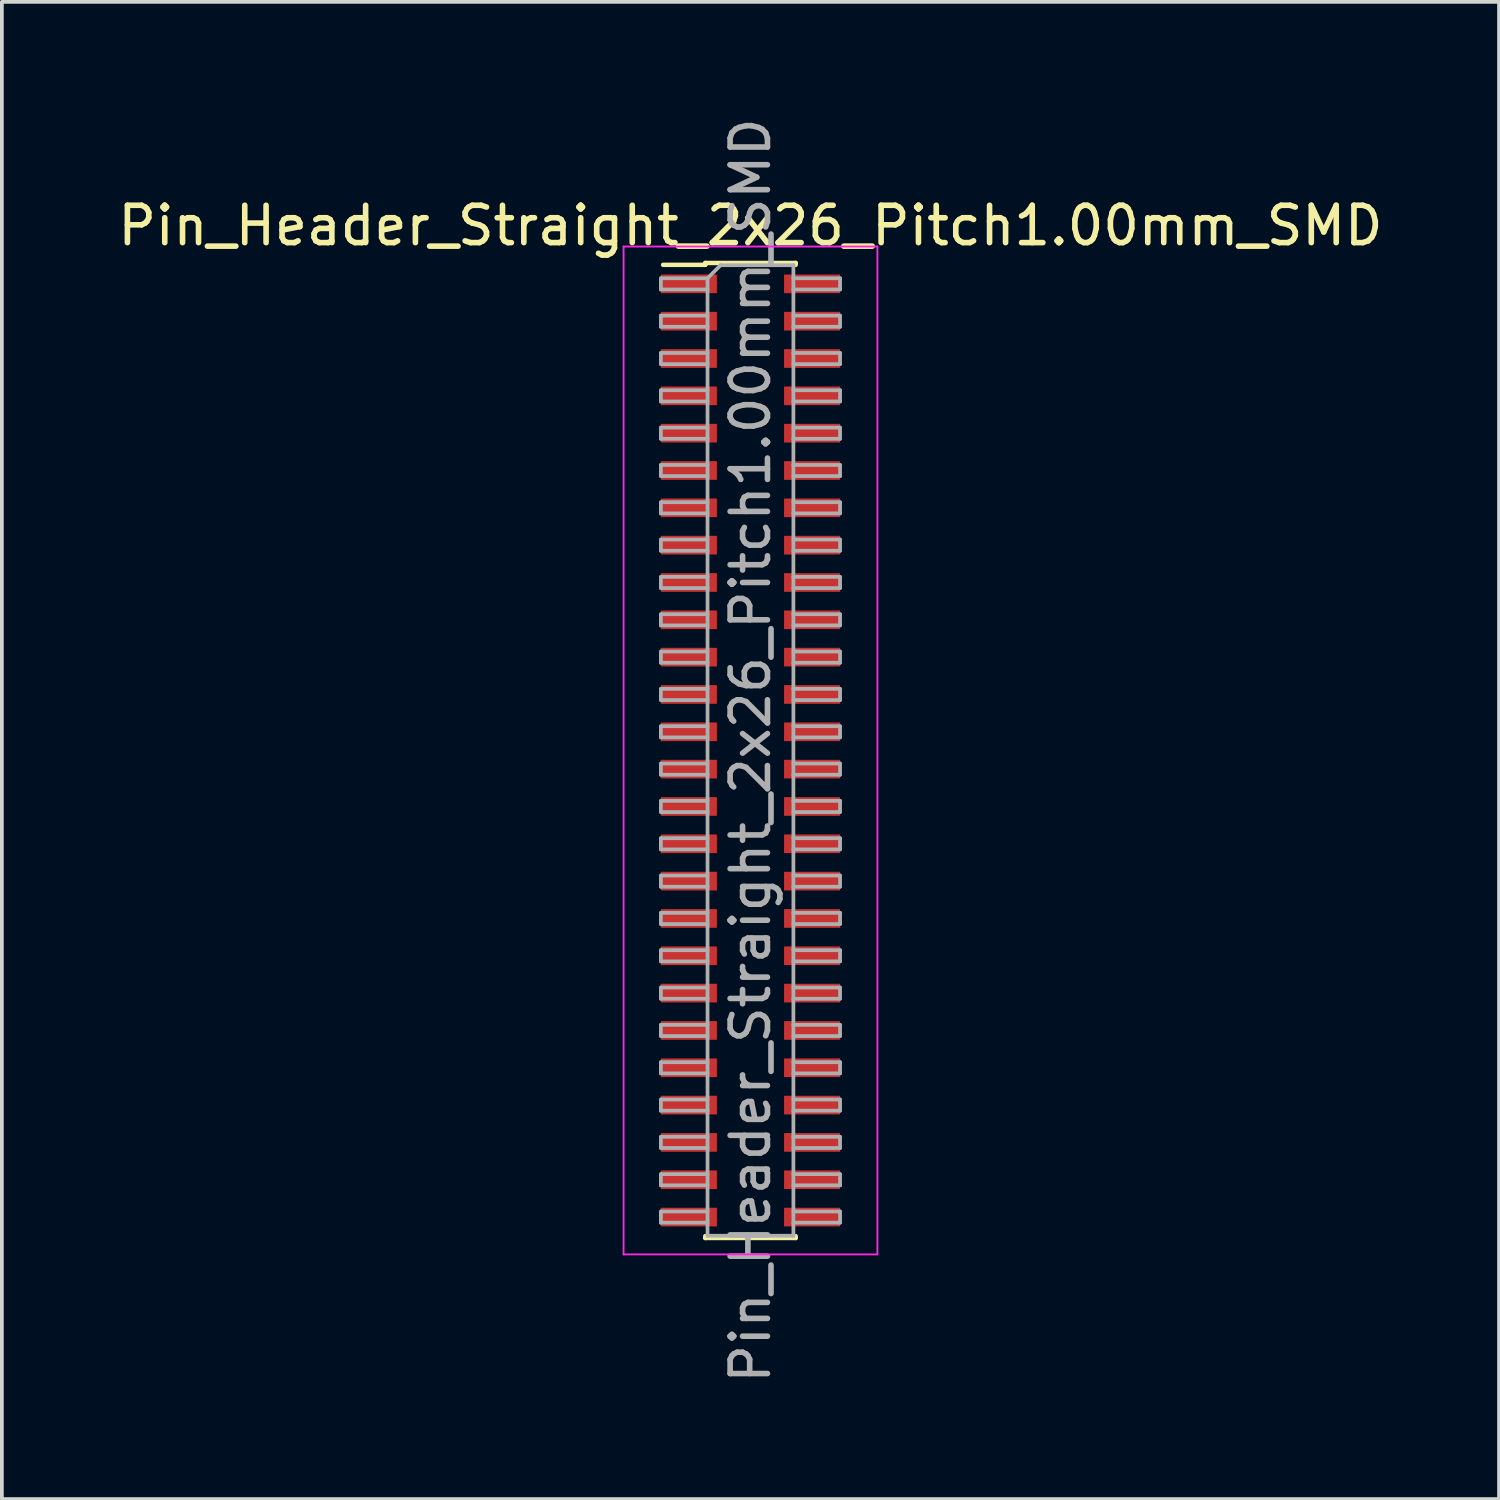
<source format=kicad_pcb>
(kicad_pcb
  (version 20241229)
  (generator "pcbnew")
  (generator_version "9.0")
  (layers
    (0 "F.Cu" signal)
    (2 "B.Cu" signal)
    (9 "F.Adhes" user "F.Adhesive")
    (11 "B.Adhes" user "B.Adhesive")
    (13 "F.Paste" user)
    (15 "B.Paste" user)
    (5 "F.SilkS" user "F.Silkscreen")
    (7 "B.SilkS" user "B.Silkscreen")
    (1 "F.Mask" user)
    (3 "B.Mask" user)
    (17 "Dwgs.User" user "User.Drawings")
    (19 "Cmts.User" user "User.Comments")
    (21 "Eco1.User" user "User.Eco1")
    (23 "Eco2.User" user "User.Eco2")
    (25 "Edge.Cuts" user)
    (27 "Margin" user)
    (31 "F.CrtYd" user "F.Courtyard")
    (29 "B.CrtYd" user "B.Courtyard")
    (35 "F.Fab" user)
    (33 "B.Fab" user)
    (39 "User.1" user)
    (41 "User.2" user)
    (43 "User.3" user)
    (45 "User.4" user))
  (footprint "Pin_Header_Straight_2x26_Pitch1.00mm_SMD"
    (layer "F.Cu")
    (at 17.054 17.054)
    (property "Reference" "Pin_Header_Straight_2x26_Pitch1.00mm_SMD" (at 0 -14.06 0) (layer "F.SilkS") (effects (font (size 1 1) (thickness 0.15))))
    (attr smd)
    (fp_line (start -2.34 -13.01) (end -1.21 -13.01) (stroke (width 0.12) (type solid)) (layer "F.SilkS"))
    (fp_line (start -1.21 -13.06) (end -1.21 -13.01) (stroke (width 0.12) (type solid)) (layer "F.SilkS"))
    (fp_line (start -1.21 -13.06) (end 1.21 -13.06) (stroke (width 0.12) (type solid)) (layer "F.SilkS"))
    (fp_line (start -1.21 13.01) (end -1.21 13.06) (stroke (width 0.12) (type solid)) (layer "F.SilkS"))
    (fp_line (start -1.21 13.06) (end 1.21 13.06) (stroke (width 0.12) (type solid)) (layer "F.SilkS"))
    (fp_line (start 1.21 -13.06) (end 1.21 -13.01) (stroke (width 0.12) (type solid)) (layer "F.SilkS"))
    (fp_line (start 1.21 13.01) (end 1.21 13.06) (stroke (width 0.12) (type solid)) (layer "F.SilkS"))
    (fp_line (start -3.4 -13.5) (end -3.4 13.5) (stroke (width 0.05) (type solid)) (layer "F.CrtYd"))
    (fp_line (start -3.4 13.5) (end 3.4 13.5) (stroke (width 0.05) (type solid)) (layer "F.CrtYd"))
    (fp_line (start 3.4 -13.5) (end -3.4 -13.5) (stroke (width 0.05) (type solid)) (layer "F.CrtYd"))
    (fp_line (start 3.4 13.5) (end 3.4 -13.5) (stroke (width 0.05) (type solid)) (layer "F.CrtYd"))
    (fp_line (start -2.4 -12.65) (end -2.4 -12.35) (stroke (width 0.1) (type solid)) (layer "F.Fab"))
    (fp_line (start -2.4 -12.35) (end -1.15 -12.35) (stroke (width 0.1) (type solid)) (layer "F.Fab"))
    (fp_line (start -2.4 -11.65) (end -2.4 -11.35) (stroke (width 0.1) (type solid)) (layer "F.Fab"))
    (fp_line (start -2.4 -11.35) (end -1.15 -11.35) (stroke (width 0.1) (type solid)) (layer "F.Fab"))
    (fp_line (start -2.4 -10.65) (end -2.4 -10.35) (stroke (width 0.1) (type solid)) (layer "F.Fab"))
    (fp_line (start -2.4 -10.35) (end -1.15 -10.35) (stroke (width 0.1) (type solid)) (layer "F.Fab"))
    (fp_line (start -2.4 -9.65) (end -2.4 -9.35) (stroke (width 0.1) (type solid)) (layer "F.Fab"))
    (fp_line (start -2.4 -9.35) (end -1.15 -9.35) (stroke (width 0.1) (type solid)) (layer "F.Fab"))
    (fp_line (start -2.4 -8.65) (end -2.4 -8.35) (stroke (width 0.1) (type solid)) (layer "F.Fab"))
    (fp_line (start -2.4 -8.35) (end -1.15 -8.35) (stroke (width 0.1) (type solid)) (layer "F.Fab"))
    (fp_line (start -2.4 -7.65) (end -2.4 -7.35) (stroke (width 0.1) (type solid)) (layer "F.Fab"))
    (fp_line (start -2.4 -7.35) (end -1.15 -7.35) (stroke (width 0.1) (type solid)) (layer "F.Fab"))
    (fp_line (start -2.4 -6.65) (end -2.4 -6.35) (stroke (width 0.1) (type solid)) (layer "F.Fab"))
    (fp_line (start -2.4 -6.35) (end -1.15 -6.35) (stroke (width 0.1) (type solid)) (layer "F.Fab"))
    (fp_line (start -2.4 -5.65) (end -2.4 -5.35) (stroke (width 0.1) (type solid)) (layer "F.Fab"))
    (fp_line (start -2.4 -5.35) (end -1.15 -5.35) (stroke (width 0.1) (type solid)) (layer "F.Fab"))
    (fp_line (start -2.4 -4.65) (end -2.4 -4.35) (stroke (width 0.1) (type solid)) (layer "F.Fab"))
    (fp_line (start -2.4 -4.35) (end -1.15 -4.35) (stroke (width 0.1) (type solid)) (layer "F.Fab"))
    (fp_line (start -2.4 -3.65) (end -2.4 -3.35) (stroke (width 0.1) (type solid)) (layer "F.Fab"))
    (fp_line (start -2.4 -3.35) (end -1.15 -3.35) (stroke (width 0.1) (type solid)) (layer "F.Fab"))
    (fp_line (start -2.4 -2.65) (end -2.4 -2.35) (stroke (width 0.1) (type solid)) (layer "F.Fab"))
    (fp_line (start -2.4 -2.35) (end -1.15 -2.35) (stroke (width 0.1) (type solid)) (layer "F.Fab"))
    (fp_line (start -2.4 -1.65) (end -2.4 -1.35) (stroke (width 0.1) (type solid)) (layer "F.Fab"))
    (fp_line (start -2.4 -1.35) (end -1.15 -1.35) (stroke (width 0.1) (type solid)) (layer "F.Fab"))
    (fp_line (start -2.4 -0.65) (end -2.4 -0.35) (stroke (width 0.1) (type solid)) (layer "F.Fab"))
    (fp_line (start -2.4 -0.35) (end -1.15 -0.35) (stroke (width 0.1) (type solid)) (layer "F.Fab"))
    (fp_line (start -2.4 0.35) (end -2.4 0.65) (stroke (width 0.1) (type solid)) (layer "F.Fab"))
    (fp_line (start -2.4 0.65) (end -1.15 0.65) (stroke (width 0.1) (type solid)) (layer "F.Fab"))
    (fp_line (start -2.4 1.35) (end -2.4 1.65) (stroke (width 0.1) (type solid)) (layer "F.Fab"))
    (fp_line (start -2.4 1.65) (end -1.15 1.65) (stroke (width 0.1) (type solid)) (layer "F.Fab"))
    (fp_line (start -2.4 2.35) (end -2.4 2.65) (stroke (width 0.1) (type solid)) (layer "F.Fab"))
    (fp_line (start -2.4 2.65) (end -1.15 2.65) (stroke (width 0.1) (type solid)) (layer "F.Fab"))
    (fp_line (start -2.4 3.35) (end -2.4 3.65) (stroke (width 0.1) (type solid)) (layer "F.Fab"))
    (fp_line (start -2.4 3.65) (end -1.15 3.65) (stroke (width 0.1) (type solid)) (layer "F.Fab"))
    (fp_line (start -2.4 4.35) (end -2.4 4.65) (stroke (width 0.1) (type solid)) (layer "F.Fab"))
    (fp_line (start -2.4 4.65) (end -1.15 4.65) (stroke (width 0.1) (type solid)) (layer "F.Fab"))
    (fp_line (start -2.4 5.35) (end -2.4 5.65) (stroke (width 0.1) (type solid)) (layer "F.Fab"))
    (fp_line (start -2.4 5.65) (end -1.15 5.65) (stroke (width 0.1) (type solid)) (layer "F.Fab"))
    (fp_line (start -2.4 6.35) (end -2.4 6.65) (stroke (width 0.1) (type solid)) (layer "F.Fab"))
    (fp_line (start -2.4 6.65) (end -1.15 6.65) (stroke (width 0.1) (type solid)) (layer "F.Fab"))
    (fp_line (start -2.4 7.35) (end -2.4 7.65) (stroke (width 0.1) (type solid)) (layer "F.Fab"))
    (fp_line (start -2.4 7.65) (end -1.15 7.65) (stroke (width 0.1) (type solid)) (layer "F.Fab"))
    (fp_line (start -2.4 8.35) (end -2.4 8.65) (stroke (width 0.1) (type solid)) (layer "F.Fab"))
    (fp_line (start -2.4 8.65) (end -1.15 8.65) (stroke (width 0.1) (type solid)) (layer "F.Fab"))
    (fp_line (start -2.4 9.35) (end -2.4 9.65) (stroke (width 0.1) (type solid)) (layer "F.Fab"))
    (fp_line (start -2.4 9.65) (end -1.15 9.65) (stroke (width 0.1) (type solid)) (layer "F.Fab"))
    (fp_line (start -2.4 10.35) (end -2.4 10.65) (stroke (width 0.1) (type solid)) (layer "F.Fab"))
    (fp_line (start -2.4 10.65) (end -1.15 10.65) (stroke (width 0.1) (type solid)) (layer "F.Fab"))
    (fp_line (start -2.4 11.35) (end -2.4 11.65) (stroke (width 0.1) (type solid)) (layer "F.Fab"))
    (fp_line (start -2.4 11.65) (end -1.15 11.65) (stroke (width 0.1) (type solid)) (layer "F.Fab"))
    (fp_line (start -2.4 12.35) (end -2.4 12.65) (stroke (width 0.1) (type solid)) (layer "F.Fab"))
    (fp_line (start -2.4 12.65) (end -1.15 12.65) (stroke (width 0.1) (type solid)) (layer "F.Fab"))
    (fp_line (start -1.15 -12.65) (end -2.4 -12.65) (stroke (width 0.1) (type solid)) (layer "F.Fab"))
    (fp_line (start -1.15 -12.65) (end -0.8 -13) (stroke (width 0.1) (type solid)) (layer "F.Fab"))
    (fp_line (start -1.15 -11.65) (end -2.4 -11.65) (stroke (width 0.1) (type solid)) (layer "F.Fab"))
    (fp_line (start -1.15 -10.65) (end -2.4 -10.65) (stroke (width 0.1) (type solid)) (layer "F.Fab"))
    (fp_line (start -1.15 -9.65) (end -2.4 -9.65) (stroke (width 0.1) (type solid)) (layer "F.Fab"))
    (fp_line (start -1.15 -8.65) (end -2.4 -8.65) (stroke (width 0.1) (type solid)) (layer "F.Fab"))
    (fp_line (start -1.15 -7.65) (end -2.4 -7.65) (stroke (width 0.1) (type solid)) (layer "F.Fab"))
    (fp_line (start -1.15 -6.65) (end -2.4 -6.65) (stroke (width 0.1) (type solid)) (layer "F.Fab"))
    (fp_line (start -1.15 -5.65) (end -2.4 -5.65) (stroke (width 0.1) (type solid)) (layer "F.Fab"))
    (fp_line (start -1.15 -4.65) (end -2.4 -4.65) (stroke (width 0.1) (type solid)) (layer "F.Fab"))
    (fp_line (start -1.15 -3.65) (end -2.4 -3.65) (stroke (width 0.1) (type solid)) (layer "F.Fab"))
    (fp_line (start -1.15 -2.65) (end -2.4 -2.65) (stroke (width 0.1) (type solid)) (layer "F.Fab"))
    (fp_line (start -1.15 -1.65) (end -2.4 -1.65) (stroke (width 0.1) (type solid)) (layer "F.Fab"))
    (fp_line (start -1.15 -0.65) (end -2.4 -0.65) (stroke (width 0.1) (type solid)) (layer "F.Fab"))
    (fp_line (start -1.15 0.35) (end -2.4 0.35) (stroke (width 0.1) (type solid)) (layer "F.Fab"))
    (fp_line (start -1.15 1.35) (end -2.4 1.35) (stroke (width 0.1) (type solid)) (layer "F.Fab"))
    (fp_line (start -1.15 2.35) (end -2.4 2.35) (stroke (width 0.1) (type solid)) (layer "F.Fab"))
    (fp_line (start -1.15 3.35) (end -2.4 3.35) (stroke (width 0.1) (type solid)) (layer "F.Fab"))
    (fp_line (start -1.15 4.35) (end -2.4 4.35) (stroke (width 0.1) (type solid)) (layer "F.Fab"))
    (fp_line (start -1.15 5.35) (end -2.4 5.35) (stroke (width 0.1) (type solid)) (layer "F.Fab"))
    (fp_line (start -1.15 6.35) (end -2.4 6.35) (stroke (width 0.1) (type solid)) (layer "F.Fab"))
    (fp_line (start -1.15 7.35) (end -2.4 7.35) (stroke (width 0.1) (type solid)) (layer "F.Fab"))
    (fp_line (start -1.15 8.35) (end -2.4 8.35) (stroke (width 0.1) (type solid)) (layer "F.Fab"))
    (fp_line (start -1.15 9.35) (end -2.4 9.35) (stroke (width 0.1) (type solid)) (layer "F.Fab"))
    (fp_line (start -1.15 10.35) (end -2.4 10.35) (stroke (width 0.1) (type solid)) (layer "F.Fab"))
    (fp_line (start -1.15 11.35) (end -2.4 11.35) (stroke (width 0.1) (type solid)) (layer "F.Fab"))
    (fp_line (start -1.15 12.35) (end -2.4 12.35) (stroke (width 0.1) (type solid)) (layer "F.Fab"))
    (fp_line (start -1.15 13) (end -1.15 -12.65) (stroke (width 0.1) (type solid)) (layer "F.Fab"))
    (fp_line (start -0.8 -13) (end 1.15 -13) (stroke (width 0.1) (type solid)) (layer "F.Fab"))
    (fp_line (start 1.15 -13) (end 1.15 13) (stroke (width 0.1) (type solid)) (layer "F.Fab"))
    (fp_line (start 1.15 -12.65) (end 2.4 -12.65) (stroke (width 0.1) (type solid)) (layer "F.Fab"))
    (fp_line (start 1.15 -11.65) (end 2.4 -11.65) (stroke (width 0.1) (type solid)) (layer "F.Fab"))
    (fp_line (start 1.15 -10.65) (end 2.4 -10.65) (stroke (width 0.1) (type solid)) (layer "F.Fab"))
    (fp_line (start 1.15 -9.65) (end 2.4 -9.65) (stroke (width 0.1) (type solid)) (layer "F.Fab"))
    (fp_line (start 1.15 -8.65) (end 2.4 -8.65) (stroke (width 0.1) (type solid)) (layer "F.Fab"))
    (fp_line (start 1.15 -7.65) (end 2.4 -7.65) (stroke (width 0.1) (type solid)) (layer "F.Fab"))
    (fp_line (start 1.15 -6.65) (end 2.4 -6.65) (stroke (width 0.1) (type solid)) (layer "F.Fab"))
    (fp_line (start 1.15 -5.65) (end 2.4 -5.65) (stroke (width 0.1) (type solid)) (layer "F.Fab"))
    (fp_line (start 1.15 -4.65) (end 2.4 -4.65) (stroke (width 0.1) (type solid)) (layer "F.Fab"))
    (fp_line (start 1.15 -3.65) (end 2.4 -3.65) (stroke (width 0.1) (type solid)) (layer "F.Fab"))
    (fp_line (start 1.15 -2.65) (end 2.4 -2.65) (stroke (width 0.1) (type solid)) (layer "F.Fab"))
    (fp_line (start 1.15 -1.65) (end 2.4 -1.65) (stroke (width 0.1) (type solid)) (layer "F.Fab"))
    (fp_line (start 1.15 -0.65) (end 2.4 -0.65) (stroke (width 0.1) (type solid)) (layer "F.Fab"))
    (fp_line (start 1.15 0.35) (end 2.4 0.35) (stroke (width 0.1) (type solid)) (layer "F.Fab"))
    (fp_line (start 1.15 1.35) (end 2.4 1.35) (stroke (width 0.1) (type solid)) (layer "F.Fab"))
    (fp_line (start 1.15 2.35) (end 2.4 2.35) (stroke (width 0.1) (type solid)) (layer "F.Fab"))
    (fp_line (start 1.15 3.35) (end 2.4 3.35) (stroke (width 0.1) (type solid)) (layer "F.Fab"))
    (fp_line (start 1.15 4.35) (end 2.4 4.35) (stroke (width 0.1) (type solid)) (layer "F.Fab"))
    (fp_line (start 1.15 5.35) (end 2.4 5.35) (stroke (width 0.1) (type solid)) (layer "F.Fab"))
    (fp_line (start 1.15 6.35) (end 2.4 6.35) (stroke (width 0.1) (type solid)) (layer "F.Fab"))
    (fp_line (start 1.15 7.35) (end 2.4 7.35) (stroke (width 0.1) (type solid)) (layer "F.Fab"))
    (fp_line (start 1.15 8.35) (end 2.4 8.35) (stroke (width 0.1) (type solid)) (layer "F.Fab"))
    (fp_line (start 1.15 9.35) (end 2.4 9.35) (stroke (width 0.1) (type solid)) (layer "F.Fab"))
    (fp_line (start 1.15 10.35) (end 2.4 10.35) (stroke (width 0.1) (type solid)) (layer "F.Fab"))
    (fp_line (start 1.15 11.35) (end 2.4 11.35) (stroke (width 0.1) (type solid)) (layer "F.Fab"))
    (fp_line (start 1.15 12.35) (end 2.4 12.35) (stroke (width 0.1) (type solid)) (layer "F.Fab"))
    (fp_line (start 1.15 13) (end -1.15 13) (stroke (width 0.1) (type solid)) (layer "F.Fab"))
    (fp_line (start 2.4 -12.65) (end 2.4 -12.35) (stroke (width 0.1) (type solid)) (layer "F.Fab"))
    (fp_line (start 2.4 -12.35) (end 1.15 -12.35) (stroke (width 0.1) (type solid)) (layer "F.Fab"))
    (fp_line (start 2.4 -11.65) (end 2.4 -11.35) (stroke (width 0.1) (type solid)) (layer "F.Fab"))
    (fp_line (start 2.4 -11.35) (end 1.15 -11.35) (stroke (width 0.1) (type solid)) (layer "F.Fab"))
    (fp_line (start 2.4 -10.65) (end 2.4 -10.35) (stroke (width 0.1) (type solid)) (layer "F.Fab"))
    (fp_line (start 2.4 -10.35) (end 1.15 -10.35) (stroke (width 0.1) (type solid)) (layer "F.Fab"))
    (fp_line (start 2.4 -9.65) (end 2.4 -9.35) (stroke (width 0.1) (type solid)) (layer "F.Fab"))
    (fp_line (start 2.4 -9.35) (end 1.15 -9.35) (stroke (width 0.1) (type solid)) (layer "F.Fab"))
    (fp_line (start 2.4 -8.65) (end 2.4 -8.35) (stroke (width 0.1) (type solid)) (layer "F.Fab"))
    (fp_line (start 2.4 -8.35) (end 1.15 -8.35) (stroke (width 0.1) (type solid)) (layer "F.Fab"))
    (fp_line (start 2.4 -7.65) (end 2.4 -7.35) (stroke (width 0.1) (type solid)) (layer "F.Fab"))
    (fp_line (start 2.4 -7.35) (end 1.15 -7.35) (stroke (width 0.1) (type solid)) (layer "F.Fab"))
    (fp_line (start 2.4 -6.65) (end 2.4 -6.35) (stroke (width 0.1) (type solid)) (layer "F.Fab"))
    (fp_line (start 2.4 -6.35) (end 1.15 -6.35) (stroke (width 0.1) (type solid)) (layer "F.Fab"))
    (fp_line (start 2.4 -5.65) (end 2.4 -5.35) (stroke (width 0.1) (type solid)) (layer "F.Fab"))
    (fp_line (start 2.4 -5.35) (end 1.15 -5.35) (stroke (width 0.1) (type solid)) (layer "F.Fab"))
    (fp_line (start 2.4 -4.65) (end 2.4 -4.35) (stroke (width 0.1) (type solid)) (layer "F.Fab"))
    (fp_line (start 2.4 -4.35) (end 1.15 -4.35) (stroke (width 0.1) (type solid)) (layer "F.Fab"))
    (fp_line (start 2.4 -3.65) (end 2.4 -3.35) (stroke (width 0.1) (type solid)) (layer "F.Fab"))
    (fp_line (start 2.4 -3.35) (end 1.15 -3.35) (stroke (width 0.1) (type solid)) (layer "F.Fab"))
    (fp_line (start 2.4 -2.65) (end 2.4 -2.35) (stroke (width 0.1) (type solid)) (layer "F.Fab"))
    (fp_line (start 2.4 -2.35) (end 1.15 -2.35) (stroke (width 0.1) (type solid)) (layer "F.Fab"))
    (fp_line (start 2.4 -1.65) (end 2.4 -1.35) (stroke (width 0.1) (type solid)) (layer "F.Fab"))
    (fp_line (start 2.4 -1.35) (end 1.15 -1.35) (stroke (width 0.1) (type solid)) (layer "F.Fab"))
    (fp_line (start 2.4 -0.65) (end 2.4 -0.35) (stroke (width 0.1) (type solid)) (layer "F.Fab"))
    (fp_line (start 2.4 -0.35) (end 1.15 -0.35) (stroke (width 0.1) (type solid)) (layer "F.Fab"))
    (fp_line (start 2.4 0.35) (end 2.4 0.65) (stroke (width 0.1) (type solid)) (layer "F.Fab"))
    (fp_line (start 2.4 0.65) (end 1.15 0.65) (stroke (width 0.1) (type solid)) (layer "F.Fab"))
    (fp_line (start 2.4 1.35) (end 2.4 1.65) (stroke (width 0.1) (type solid)) (layer "F.Fab"))
    (fp_line (start 2.4 1.65) (end 1.15 1.65) (stroke (width 0.1) (type solid)) (layer "F.Fab"))
    (fp_line (start 2.4 2.35) (end 2.4 2.65) (stroke (width 0.1) (type solid)) (layer "F.Fab"))
    (fp_line (start 2.4 2.65) (end 1.15 2.65) (stroke (width 0.1) (type solid)) (layer "F.Fab"))
    (fp_line (start 2.4 3.35) (end 2.4 3.65) (stroke (width 0.1) (type solid)) (layer "F.Fab"))
    (fp_line (start 2.4 3.65) (end 1.15 3.65) (stroke (width 0.1) (type solid)) (layer "F.Fab"))
    (fp_line (start 2.4 4.35) (end 2.4 4.65) (stroke (width 0.1) (type solid)) (layer "F.Fab"))
    (fp_line (start 2.4 4.65) (end 1.15 4.65) (stroke (width 0.1) (type solid)) (layer "F.Fab"))
    (fp_line (start 2.4 5.35) (end 2.4 5.65) (stroke (width 0.1) (type solid)) (layer "F.Fab"))
    (fp_line (start 2.4 5.65) (end 1.15 5.65) (stroke (width 0.1) (type solid)) (layer "F.Fab"))
    (fp_line (start 2.4 6.35) (end 2.4 6.65) (stroke (width 0.1) (type solid)) (layer "F.Fab"))
    (fp_line (start 2.4 6.65) (end 1.15 6.65) (stroke (width 0.1) (type solid)) (layer "F.Fab"))
    (fp_line (start 2.4 7.35) (end 2.4 7.65) (stroke (width 0.1) (type solid)) (layer "F.Fab"))
    (fp_line (start 2.4 7.65) (end 1.15 7.65) (stroke (width 0.1) (type solid)) (layer "F.Fab"))
    (fp_line (start 2.4 8.35) (end 2.4 8.65) (stroke (width 0.1) (type solid)) (layer "F.Fab"))
    (fp_line (start 2.4 8.65) (end 1.15 8.65) (stroke (width 0.1) (type solid)) (layer "F.Fab"))
    (fp_line (start 2.4 9.35) (end 2.4 9.65) (stroke (width 0.1) (type solid)) (layer "F.Fab"))
    (fp_line (start 2.4 9.65) (end 1.15 9.65) (stroke (width 0.1) (type solid)) (layer "F.Fab"))
    (fp_line (start 2.4 10.35) (end 2.4 10.65) (stroke (width 0.1) (type solid)) (layer "F.Fab"))
    (fp_line (start 2.4 10.65) (end 1.15 10.65) (stroke (width 0.1) (type solid)) (layer "F.Fab"))
    (fp_line (start 2.4 11.35) (end 2.4 11.65) (stroke (width 0.1) (type solid)) (layer "F.Fab"))
    (fp_line (start 2.4 11.65) (end 1.15 11.65) (stroke (width 0.1) (type solid)) (layer "F.Fab"))
    (fp_line (start 2.4 12.35) (end 2.4 12.65) (stroke (width 0.1) (type solid)) (layer "F.Fab"))
    (fp_line (start 2.4 12.65) (end 1.15 12.65) (stroke (width 0.1) (type solid)) (layer "F.Fab"))
    (fp_text user "${REFERENCE}" (at 0 0 90) (layer "F.Fab") (effects (font (size 1 1) (thickness 0.15))))
    (pad "1" smd rect (at -1.65 -12.5) (size 1.5 0.5) (layers "F.Cu" "F.Mask" "F.Paste"))
    (pad "2" smd rect (at 1.65 -12.5) (size 1.5 0.5) (layers "F.Cu" "F.Mask" "F.Paste"))
    (pad "3" smd rect (at -1.65 -11.5) (size 1.5 0.5) (layers "F.Cu" "F.Mask" "F.Paste"))
    (pad "4" smd rect (at 1.65 -11.5) (size 1.5 0.5) (layers "F.Cu" "F.Mask" "F.Paste"))
    (pad "5" smd rect (at -1.65 -10.5) (size 1.5 0.5) (layers "F.Cu" "F.Mask" "F.Paste"))
    (pad "6" smd rect (at 1.65 -10.5) (size 1.5 0.5) (layers "F.Cu" "F.Mask" "F.Paste"))
    (pad "7" smd rect (at -1.65 -9.5) (size 1.5 0.5) (layers "F.Cu" "F.Mask" "F.Paste"))
    (pad "8" smd rect (at 1.65 -9.5) (size 1.5 0.5) (layers "F.Cu" "F.Mask" "F.Paste"))
    (pad "9" smd rect (at -1.65 -8.5) (size 1.5 0.5) (layers "F.Cu" "F.Mask" "F.Paste"))
    (pad "10" smd rect (at 1.65 -8.5) (size 1.5 0.5) (layers "F.Cu" "F.Mask" "F.Paste"))
    (pad "11" smd rect (at -1.65 -7.5) (size 1.5 0.5) (layers "F.Cu" "F.Mask" "F.Paste"))
    (pad "12" smd rect (at 1.65 -7.5) (size 1.5 0.5) (layers "F.Cu" "F.Mask" "F.Paste"))
    (pad "13" smd rect (at -1.65 -6.5) (size 1.5 0.5) (layers "F.Cu" "F.Mask" "F.Paste"))
    (pad "14" smd rect (at 1.65 -6.5) (size 1.5 0.5) (layers "F.Cu" "F.Mask" "F.Paste"))
    (pad "15" smd rect (at -1.65 -5.5) (size 1.5 0.5) (layers "F.Cu" "F.Mask" "F.Paste"))
    (pad "16" smd rect (at 1.65 -5.5) (size 1.5 0.5) (layers "F.Cu" "F.Mask" "F.Paste"))
    (pad "17" smd rect (at -1.65 -4.5) (size 1.5 0.5) (layers "F.Cu" "F.Mask" "F.Paste"))
    (pad "18" smd rect (at 1.65 -4.5) (size 1.5 0.5) (layers "F.Cu" "F.Mask" "F.Paste"))
    (pad "19" smd rect (at -1.65 -3.5) (size 1.5 0.5) (layers "F.Cu" "F.Mask" "F.Paste"))
    (pad "20" smd rect (at 1.65 -3.5) (size 1.5 0.5) (layers "F.Cu" "F.Mask" "F.Paste"))
    (pad "21" smd rect (at -1.65 -2.5) (size 1.5 0.5) (layers "F.Cu" "F.Mask" "F.Paste"))
    (pad "22" smd rect (at 1.65 -2.5) (size 1.5 0.5) (layers "F.Cu" "F.Mask" "F.Paste"))
    (pad "23" smd rect (at -1.65 -1.5) (size 1.5 0.5) (layers "F.Cu" "F.Mask" "F.Paste"))
    (pad "24" smd rect (at 1.65 -1.5) (size 1.5 0.5) (layers "F.Cu" "F.Mask" "F.Paste"))
    (pad "25" smd rect (at -1.65 -0.5) (size 1.5 0.5) (layers "F.Cu" "F.Mask" "F.Paste"))
    (pad "26" smd rect (at 1.65 -0.5) (size 1.5 0.5) (layers "F.Cu" "F.Mask" "F.Paste"))
    (pad "27" smd rect (at -1.65 0.5) (size 1.5 0.5) (layers "F.Cu" "F.Mask" "F.Paste"))
    (pad "28" smd rect (at 1.65 0.5) (size 1.5 0.5) (layers "F.Cu" "F.Mask" "F.Paste"))
    (pad "29" smd rect (at -1.65 1.5) (size 1.5 0.5) (layers "F.Cu" "F.Mask" "F.Paste"))
    (pad "30" smd rect (at 1.65 1.5) (size 1.5 0.5) (layers "F.Cu" "F.Mask" "F.Paste"))
    (pad "31" smd rect (at -1.65 2.5) (size 1.5 0.5) (layers "F.Cu" "F.Mask" "F.Paste"))
    (pad "32" smd rect (at 1.65 2.5) (size 1.5 0.5) (layers "F.Cu" "F.Mask" "F.Paste"))
    (pad "33" smd rect (at -1.65 3.5) (size 1.5 0.5) (layers "F.Cu" "F.Mask" "F.Paste"))
    (pad "34" smd rect (at 1.65 3.5) (size 1.5 0.5) (layers "F.Cu" "F.Mask" "F.Paste"))
    (pad "35" smd rect (at -1.65 4.5) (size 1.5 0.5) (layers "F.Cu" "F.Mask" "F.Paste"))
    (pad "36" smd rect (at 1.65 4.5) (size 1.5 0.5) (layers "F.Cu" "F.Mask" "F.Paste"))
    (pad "37" smd rect (at -1.65 5.5) (size 1.5 0.5) (layers "F.Cu" "F.Mask" "F.Paste"))
    (pad "38" smd rect (at 1.65 5.5) (size 1.5 0.5) (layers "F.Cu" "F.Mask" "F.Paste"))
    (pad "39" smd rect (at -1.65 6.5) (size 1.5 0.5) (layers "F.Cu" "F.Mask" "F.Paste"))
    (pad "40" smd rect (at 1.65 6.5) (size 1.5 0.5) (layers "F.Cu" "F.Mask" "F.Paste"))
    (pad "41" smd rect (at -1.65 7.5) (size 1.5 0.5) (layers "F.Cu" "F.Mask" "F.Paste"))
    (pad "42" smd rect (at 1.65 7.5) (size 1.5 0.5) (layers "F.Cu" "F.Mask" "F.Paste"))
    (pad "43" smd rect (at -1.65 8.5) (size 1.5 0.5) (layers "F.Cu" "F.Mask" "F.Paste"))
    (pad "44" smd rect (at 1.65 8.5) (size 1.5 0.5) (layers "F.Cu" "F.Mask" "F.Paste"))
    (pad "45" smd rect (at -1.65 9.5) (size 1.5 0.5) (layers "F.Cu" "F.Mask" "F.Paste"))
    (pad "46" smd rect (at 1.65 9.5) (size 1.5 0.5) (layers "F.Cu" "F.Mask" "F.Paste"))
    (pad "47" smd rect (at -1.65 10.5) (size 1.5 0.5) (layers "F.Cu" "F.Mask" "F.Paste"))
    (pad "48" smd rect (at 1.65 10.5) (size 1.5 0.5) (layers "F.Cu" "F.Mask" "F.Paste"))
    (pad "49" smd rect (at -1.65 11.5) (size 1.5 0.5) (layers "F.Cu" "F.Mask" "F.Paste"))
    (pad "50" smd rect (at 1.65 11.5) (size 1.5 0.5) (layers "F.Cu" "F.Mask" "F.Paste"))
    (pad "51" smd rect (at -1.65 12.5) (size 1.5 0.5) (layers "F.Cu" "F.Mask" "F.Paste"))
    (pad "52" smd rect (at 1.65 12.5) (size 1.5 0.5) (layers "F.Cu" "F.Mask" "F.Paste")))
  (gr_rect
    (start -3 -3)
    (end 37.107 37.107)
    (stroke (width 0.1) (type default))
    (fill no)
    (layer "Edge.Cuts")))
</source>
